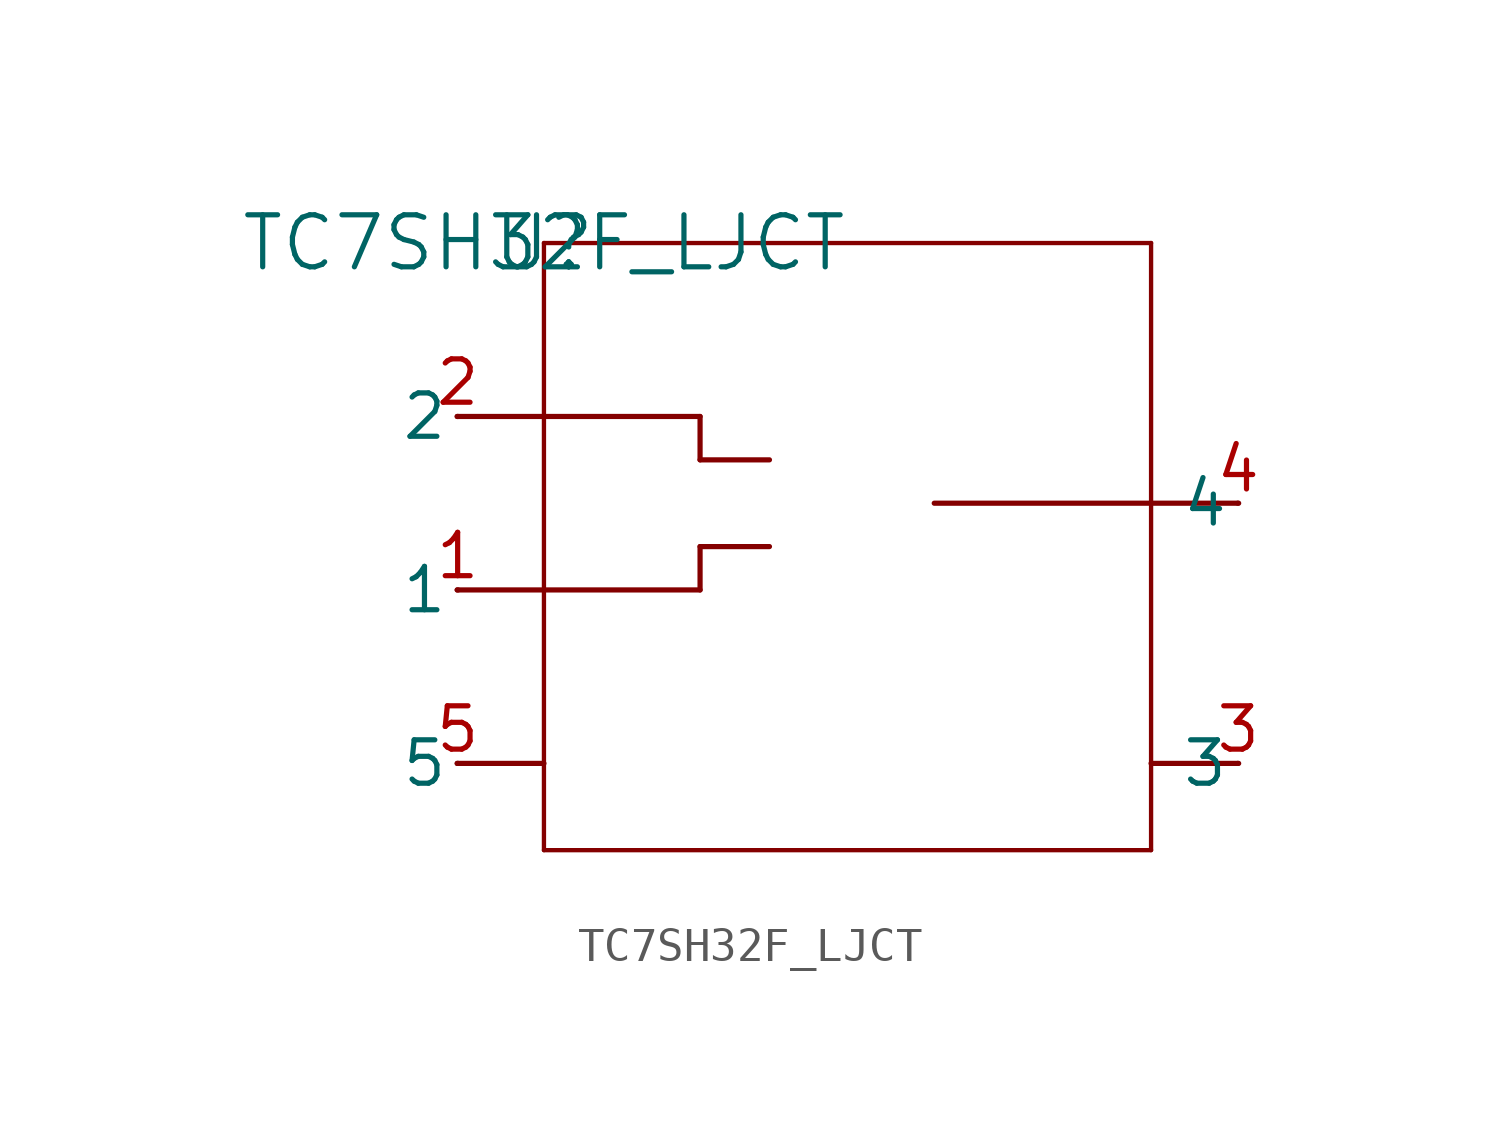
<source format=kicad_sym>
(kicad_symbol_lib
  (version 20211014)
  (generator kicad_symbol_editor)
  (symbol "TC7SH32F_LJCT"
    (pin_names
      (offset 0.254))
    (property "Reference" "U"
      (at 0 0 0)
      (effects (font (size 1.524 1.524))))
    (property "Value" "TC7SH32F_LJCT"
      (at 0 0 0)
      (effects (font (size 1.524 1.524))))
    (symbol "TC7SH32F_LJCT_0_1"
      (polyline (pts (xy 4.572 -8.89) (xy 6.604 -8.89)) (stroke (width 0) (type default) (color 0 0 0 0)) (fill (type none)))
      (polyline (pts (xy -2.54 -10.16) (xy 0 -10.16)) (stroke (width 0) (type default) (color 0 0 0 0)) (fill (type none)))
      (polyline (pts (xy -2.54 -5.08) (xy 0 -5.08)) (stroke (width 0) (type default) (color 0 0 0 0)) (fill (type none)))
      (polyline (pts (xy -2.54 -15.24) (xy 0 -15.24)) (stroke (width 0) (type default) (color 0 0 0 0)) (fill (type none)))
      (polyline (pts (xy 20.32 -7.62) (xy 17.78 -7.62)) (stroke (width 0) (type default) (color 0 0 0 0)) (fill (type none)))
      (polyline (pts (xy 20.32 -15.24) (xy 17.78 -15.24)) (stroke (width 0) (type default) (color 0 0 0 0)) (fill (type none)))
      (polyline (pts (xy 0 -17.78) (xy 0 0)) (stroke (width 0.127) (type default) (color 0 0 0 0)) (fill (type none)))
      (polyline (pts (xy 0 0) (xy 17.78 0)) (stroke (width 0.127) (type default) (color 0 0 0 0)) (fill (type none)))
      (polyline (pts (xy 17.78 0) (xy 17.78 -17.78)) (stroke (width 0.127) (type default) (color 0 0 0 0)) (fill (type none)))
      (polyline (pts (xy 17.78 -17.78) (xy 0 -17.78)) (stroke (width 0.127) (type default) (color 0 0 0 0)) (fill (type none)))
      (polyline (pts (xy 11.43 -7.62) (xy 17.78 -7.62)) (stroke (width 0) (type default) (color 0 0 0 0)) (fill (type none)))
      (polyline (pts (xy 0 -5.08) (xy 4.572 -5.08)) (stroke (width 0) (type default) (color 0 0 0 0)) (fill (type none)))
      (polyline (pts (xy 4.572 -5.08) (xy 4.572 -6.35)) (stroke (width 0) (type default) (color 0 0 0 0)) (fill (type none)))
      (polyline (pts (xy 0 -10.16) (xy 4.572 -10.16)) (stroke (width 0) (type default) (color 0 0 0 0)) (fill (type none)))
      (polyline (pts (xy 4.572 -8.89) (xy 4.572 -10.16)) (stroke (width 0) (type default) (color 0 0 0 0)) (fill (type none)))
      (polyline (pts (xy 4.572 -6.35) (xy 6.604 -6.35)) (stroke (width 0) (type default) (color 0 0 0 0)) (fill (type none)))
      (pin unspecified line (at -2.515 -10.16 180) (length 0.025) (name "1" (effects (font (size 1.27 1.27)))) (number "1" (effects (font (size 1.27 1.27)))))
      (pin unspecified line (at -2.515 -5.08 180) (length 0.025) (name "2" (effects (font (size 1.27 1.27)))) (number "2" (effects (font (size 1.27 1.27)))))
      (pin unspecified line (at 20.345 -15.24 180) (length 0.025) (name "3" (effects (font (size 1.27 1.27)))) (number "3" (effects (font (size 1.27 1.27)))))
      (pin unspecified line (at 20.345 -7.62 180) (length 0.025) (name "4" (effects (font (size 1.27 1.27)))) (number "4" (effects (font (size 1.27 1.27)))))
      (pin unspecified line (at -2.515 -15.24 180) (length 0.025) (name "5" (effects (font (size 1.27 1.27)))) (number "5" (effects (font (size 1.27 1.27))))))))
</source>
